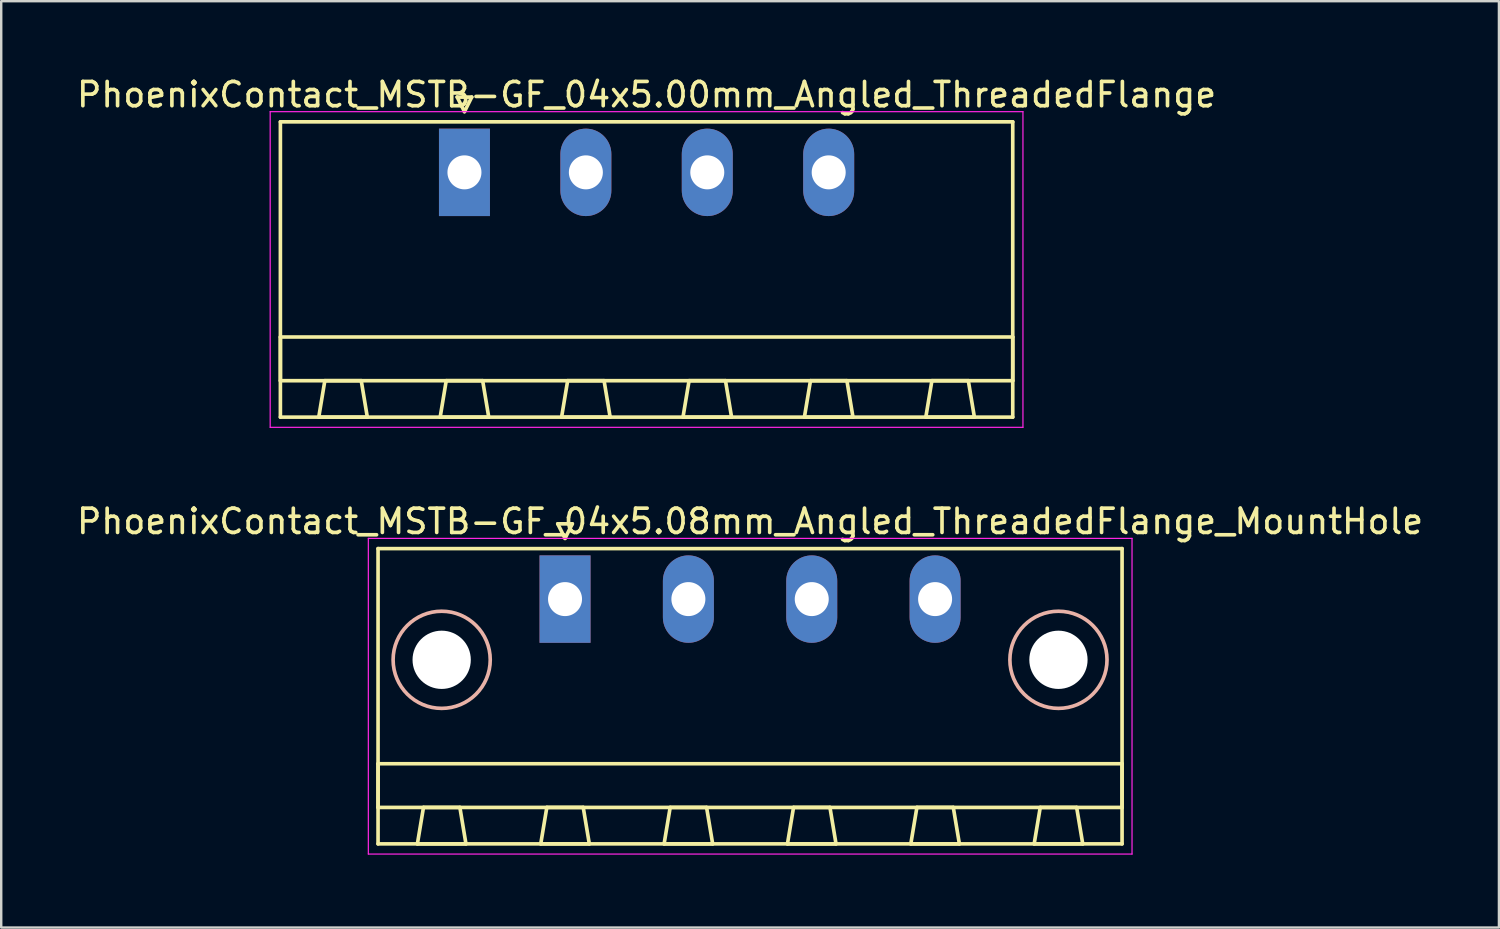
<source format=kicad_pcb>
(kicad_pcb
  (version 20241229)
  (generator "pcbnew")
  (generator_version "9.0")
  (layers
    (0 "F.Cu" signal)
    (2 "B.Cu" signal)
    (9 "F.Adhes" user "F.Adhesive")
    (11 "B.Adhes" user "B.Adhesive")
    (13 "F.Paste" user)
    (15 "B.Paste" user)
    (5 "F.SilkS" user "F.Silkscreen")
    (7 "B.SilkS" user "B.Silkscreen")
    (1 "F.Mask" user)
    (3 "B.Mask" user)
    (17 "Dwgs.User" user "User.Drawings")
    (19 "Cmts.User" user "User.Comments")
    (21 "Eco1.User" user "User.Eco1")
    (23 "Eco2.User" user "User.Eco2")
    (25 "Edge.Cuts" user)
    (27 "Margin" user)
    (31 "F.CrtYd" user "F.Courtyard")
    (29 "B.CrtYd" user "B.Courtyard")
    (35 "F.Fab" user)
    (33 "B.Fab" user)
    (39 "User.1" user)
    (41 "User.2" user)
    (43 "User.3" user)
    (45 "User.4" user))
  (footprint "PhoenixContact_MSTB-GF_04x5.08mm_Angled_ThreadedFlange_MountHole"
    (layer "F.Cu")
    (at 20.219 21.622)
    (property "Reference" "PhoenixContact_MSTB-GF_04x5.08mm_Angled_ThreadedFlange_MountHole" (at 7.62 -3.2 0) (layer "F.SilkS") (effects (font (size 1 1) (thickness 0.15))))
    (attr through_hole)
    (fp_line (start -7.7 -2.08) (end -7.7 10.08) (stroke (width 0.15) (type solid)) (layer "F.SilkS"))
    (fp_line (start -7.7 6.78) (end 22.94 6.78) (stroke (width 0.15) (type solid)) (layer "F.SilkS"))
    (fp_line (start -7.7 8.58) (end -7.7 6.78) (stroke (width 0.15) (type solid)) (layer "F.SilkS"))
    (fp_line (start -7.7 10.08) (end 22.94 10.08) (stroke (width 0.15) (type solid)) (layer "F.SilkS"))
    (fp_line (start -6.08 10.08) (end -4.08 10.08) (stroke (width 0.15) (type solid)) (layer "F.SilkS"))
    (fp_line (start -5.83 8.58) (end -6.08 10.08) (stroke (width 0.15) (type solid)) (layer "F.SilkS"))
    (fp_line (start -4.33 8.58) (end -5.83 8.58) (stroke (width 0.15) (type solid)) (layer "F.SilkS"))
    (fp_line (start -4.08 10.08) (end -4.33 8.58) (stroke (width 0.15) (type solid)) (layer "F.SilkS"))
    (fp_line (start -1 10.08) (end 1 10.08) (stroke (width 0.15) (type solid)) (layer "F.SilkS"))
    (fp_line (start -0.75 8.58) (end -1 10.08) (stroke (width 0.15) (type solid)) (layer "F.SilkS"))
    (fp_line (start -0.3 -3.1) (end 0 -2.5) (stroke (width 0.15) (type solid)) (layer "F.SilkS"))
    (fp_line (start 0 -2.5) (end 0.3 -3.1) (stroke (width 0.15) (type solid)) (layer "F.SilkS"))
    (fp_line (start 0.3 -3.1) (end -0.3 -3.1) (stroke (width 0.15) (type solid)) (layer "F.SilkS"))
    (fp_line (start 0.75 8.58) (end -0.75 8.58) (stroke (width 0.15) (type solid)) (layer "F.SilkS"))
    (fp_line (start 1 10.08) (end 0.75 8.58) (stroke (width 0.15) (type solid)) (layer "F.SilkS"))
    (fp_line (start 4.08 10.08) (end 6.08 10.08) (stroke (width 0.15) (type solid)) (layer "F.SilkS"))
    (fp_line (start 4.33 8.58) (end 4.08 10.08) (stroke (width 0.15) (type solid)) (layer "F.SilkS"))
    (fp_line (start 5.83 8.58) (end 4.33 8.58) (stroke (width 0.15) (type solid)) (layer "F.SilkS"))
    (fp_line (start 6.08 10.08) (end 5.83 8.58) (stroke (width 0.15) (type solid)) (layer "F.SilkS"))
    (fp_line (start 9.16 10.08) (end 11.16 10.08) (stroke (width 0.15) (type solid)) (layer "F.SilkS"))
    (fp_line (start 9.41 8.58) (end 9.16 10.08) (stroke (width 0.15) (type solid)) (layer "F.SilkS"))
    (fp_line (start 10.91 8.58) (end 9.41 8.58) (stroke (width 0.15) (type solid)) (layer "F.SilkS"))
    (fp_line (start 11.16 10.08) (end 10.91 8.58) (stroke (width 0.15) (type solid)) (layer "F.SilkS"))
    (fp_line (start 14.24 10.08) (end 16.24 10.08) (stroke (width 0.15) (type solid)) (layer "F.SilkS"))
    (fp_line (start 14.49 8.58) (end 14.24 10.08) (stroke (width 0.15) (type solid)) (layer "F.SilkS"))
    (fp_line (start 15.99 8.58) (end 14.49 8.58) (stroke (width 0.15) (type solid)) (layer "F.SilkS"))
    (fp_line (start 16.24 10.08) (end 15.99 8.58) (stroke (width 0.15) (type solid)) (layer "F.SilkS"))
    (fp_line (start 19.32 10.08) (end 21.32 10.08) (stroke (width 0.15) (type solid)) (layer "F.SilkS"))
    (fp_line (start 19.57 8.58) (end 19.32 10.08) (stroke (width 0.15) (type solid)) (layer "F.SilkS"))
    (fp_line (start 21.07 8.58) (end 19.57 8.58) (stroke (width 0.15) (type solid)) (layer "F.SilkS"))
    (fp_line (start 21.32 10.08) (end 21.07 8.58) (stroke (width 0.15) (type solid)) (layer "F.SilkS"))
    (fp_line (start 22.94 -2.08) (end -7.7 -2.08) (stroke (width 0.15) (type solid)) (layer "F.SilkS"))
    (fp_line (start 22.94 6.78) (end 22.94 8.58) (stroke (width 0.15) (type solid)) (layer "F.SilkS"))
    (fp_line (start 22.94 8.58) (end -7.7 8.58) (stroke (width 0.15) (type solid)) (layer "F.SilkS"))
    (fp_line (start 22.94 10.08) (end 22.94 -2.08) (stroke (width 0.15) (type solid)) (layer "F.SilkS"))
    (fp_circle (center -5.08 2.5) (end -3.08 2.5) (stroke (width 0.15) (type solid)) (fill no) (layer "B.SilkS"))
    (fp_circle (center 20.32 2.5) (end 22.32 2.5) (stroke (width 0.15) (type solid)) (fill no) (layer "B.SilkS"))
    (fp_line (start -8.1 -2.5) (end -8.1 10.5) (stroke (width 0.05) (type solid)) (layer "F.CrtYd"))
    (fp_line (start -8.1 10.5) (end 23.35 10.5) (stroke (width 0.05) (type solid)) (layer "F.CrtYd"))
    (fp_line (start 23.35 -2.5) (end -8.1 -2.5) (stroke (width 0.05) (type solid)) (layer "F.CrtYd"))
    (fp_line (start 23.35 10.5) (end 23.35 -2.5) (stroke (width 0.05) (type solid)) (layer "F.CrtYd"))
    (pad "" np_thru_hole circle (at -5.08 2.5) (size 2.4 2.4) (drill 2.4) (layers "*.Cu" "*.Mask"))
    (pad "" np_thru_hole circle (at 20.32 2.5) (size 2.4 2.4) (drill 2.4) (layers "*.Cu" "*.Mask"))
    (pad "1" thru_hole rect (at 0 0) (size 2.1 3.6) (drill 1.4) (layers "*.Cu" "*.Mask"))
    (pad "2" thru_hole oval (at 5.08 0) (size 2.1 3.6) (drill 1.4) (layers "*.Cu" "*.Mask"))
    (pad "3" thru_hole oval (at 10.16 0) (size 2.1 3.6) (drill 1.4) (layers "*.Cu" "*.Mask"))
    (pad "4" thru_hole oval (at 15.24 0) (size 2.1 3.6) (drill 1.4) (layers "*.Cu" "*.Mask")))
  (footprint "PhoenixContact_MSTB-GF_04x5.00mm_Angled_ThreadedFlange"
    (layer "F.Cu")
    (at 16.077 4.048)
    (property "Reference" "PhoenixContact_MSTB-GF_04x5.00mm_Angled_ThreadedFlange" (at 7.5 -3.2 0) (layer "F.SilkS") (effects (font (size 1 1) (thickness 0.15))))
    (attr through_hole)
    (fp_line (start -7.58 -2.08) (end -7.58 10.08) (stroke (width 0.15) (type solid)) (layer "F.SilkS"))
    (fp_line (start -7.58 6.78) (end 22.58 6.78) (stroke (width 0.15) (type solid)) (layer "F.SilkS"))
    (fp_line (start -7.58 8.58) (end -7.58 6.78) (stroke (width 0.15) (type solid)) (layer "F.SilkS"))
    (fp_line (start -7.58 10.08) (end 22.58 10.08) (stroke (width 0.15) (type solid)) (layer "F.SilkS"))
    (fp_line (start -6 10.08) (end -4 10.08) (stroke (width 0.15) (type solid)) (layer "F.SilkS"))
    (fp_line (start -5.75 8.58) (end -6 10.08) (stroke (width 0.15) (type solid)) (layer "F.SilkS"))
    (fp_line (start -4.25 8.58) (end -5.75 8.58) (stroke (width 0.15) (type solid)) (layer "F.SilkS"))
    (fp_line (start -4 10.08) (end -4.25 8.58) (stroke (width 0.15) (type solid)) (layer "F.SilkS"))
    (fp_line (start -1 10.08) (end 1 10.08) (stroke (width 0.15) (type solid)) (layer "F.SilkS"))
    (fp_line (start -0.75 8.58) (end -1 10.08) (stroke (width 0.15) (type solid)) (layer "F.SilkS"))
    (fp_line (start -0.3 -3.1) (end 0 -2.5) (stroke (width 0.15) (type solid)) (layer "F.SilkS"))
    (fp_line (start 0 -2.5) (end 0.3 -3.1) (stroke (width 0.15) (type solid)) (layer "F.SilkS"))
    (fp_line (start 0.3 -3.1) (end -0.3 -3.1) (stroke (width 0.15) (type solid)) (layer "F.SilkS"))
    (fp_line (start 0.75 8.58) (end -0.75 8.58) (stroke (width 0.15) (type solid)) (layer "F.SilkS"))
    (fp_line (start 1 10.08) (end 0.75 8.58) (stroke (width 0.15) (type solid)) (layer "F.SilkS"))
    (fp_line (start 4 10.08) (end 6 10.08) (stroke (width 0.15) (type solid)) (layer "F.SilkS"))
    (fp_line (start 4.25 8.58) (end 4 10.08) (stroke (width 0.15) (type solid)) (layer "F.SilkS"))
    (fp_line (start 5.75 8.58) (end 4.25 8.58) (stroke (width 0.15) (type solid)) (layer "F.SilkS"))
    (fp_line (start 6 10.08) (end 5.75 8.58) (stroke (width 0.15) (type solid)) (layer "F.SilkS"))
    (fp_line (start 9 10.08) (end 11 10.08) (stroke (width 0.15) (type solid)) (layer "F.SilkS"))
    (fp_line (start 9.25 8.58) (end 9 10.08) (stroke (width 0.15) (type solid)) (layer "F.SilkS"))
    (fp_line (start 10.75 8.58) (end 9.25 8.58) (stroke (width 0.15) (type solid)) (layer "F.SilkS"))
    (fp_line (start 11 10.08) (end 10.75 8.58) (stroke (width 0.15) (type solid)) (layer "F.SilkS"))
    (fp_line (start 14 10.08) (end 16 10.08) (stroke (width 0.15) (type solid)) (layer "F.SilkS"))
    (fp_line (start 14.25 8.58) (end 14 10.08) (stroke (width 0.15) (type solid)) (layer "F.SilkS"))
    (fp_line (start 15.75 8.58) (end 14.25 8.58) (stroke (width 0.15) (type solid)) (layer "F.SilkS"))
    (fp_line (start 16 10.08) (end 15.75 8.58) (stroke (width 0.15) (type solid)) (layer "F.SilkS"))
    (fp_line (start 19 10.08) (end 21 10.08) (stroke (width 0.15) (type solid)) (layer "F.SilkS"))
    (fp_line (start 19.25 8.58) (end 19 10.08) (stroke (width 0.15) (type solid)) (layer "F.SilkS"))
    (fp_line (start 20.75 8.58) (end 19.25 8.58) (stroke (width 0.15) (type solid)) (layer "F.SilkS"))
    (fp_line (start 21 10.08) (end 20.75 8.58) (stroke (width 0.15) (type solid)) (layer "F.SilkS"))
    (fp_line (start 22.58 -2.08) (end -7.58 -2.08) (stroke (width 0.15) (type solid)) (layer "F.SilkS"))
    (fp_line (start 22.58 6.78) (end 22.58 8.58) (stroke (width 0.15) (type solid)) (layer "F.SilkS"))
    (fp_line (start 22.58 8.58) (end -7.58 8.58) (stroke (width 0.15) (type solid)) (layer "F.SilkS"))
    (fp_line (start 22.58 10.08) (end 22.58 -2.08) (stroke (width 0.15) (type solid)) (layer "F.SilkS"))
    (fp_line (start -8 -2.5) (end -8 10.5) (stroke (width 0.05) (type solid)) (layer "F.CrtYd"))
    (fp_line (start -8 10.5) (end 23 10.5) (stroke (width 0.05) (type solid)) (layer "F.CrtYd"))
    (fp_line (start 23 -2.5) (end -8 -2.5) (stroke (width 0.05) (type solid)) (layer "F.CrtYd"))
    (fp_line (start 23 10.5) (end 23 -2.5) (stroke (width 0.05) (type solid)) (layer "F.CrtYd"))
    (pad "1" thru_hole rect (at 0 0) (size 2.1 3.6) (drill 1.4) (layers "*.Cu" "*.Mask"))
    (pad "2" thru_hole oval (at 5 0) (size 2.1 3.6) (drill 1.4) (layers "*.Cu" "*.Mask"))
    (pad "3" thru_hole oval (at 10 0) (size 2.1 3.6) (drill 1.4) (layers "*.Cu" "*.Mask"))
    (pad "4" thru_hole oval (at 15 0) (size 2.1 3.6) (drill 1.4) (layers "*.Cu" "*.Mask")))
  (gr_rect
    (start -3 -3)
    (end 58.679 35.147)
    (stroke (width 0.1) (type default))
    (fill no)
    (layer "Edge.Cuts")))
</source>
